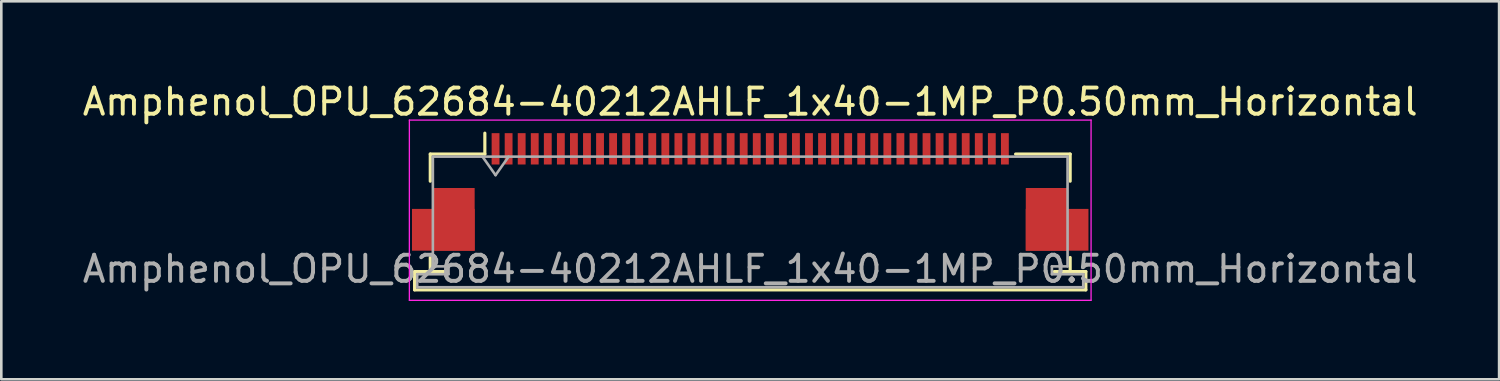
<source format=kicad_pcb>
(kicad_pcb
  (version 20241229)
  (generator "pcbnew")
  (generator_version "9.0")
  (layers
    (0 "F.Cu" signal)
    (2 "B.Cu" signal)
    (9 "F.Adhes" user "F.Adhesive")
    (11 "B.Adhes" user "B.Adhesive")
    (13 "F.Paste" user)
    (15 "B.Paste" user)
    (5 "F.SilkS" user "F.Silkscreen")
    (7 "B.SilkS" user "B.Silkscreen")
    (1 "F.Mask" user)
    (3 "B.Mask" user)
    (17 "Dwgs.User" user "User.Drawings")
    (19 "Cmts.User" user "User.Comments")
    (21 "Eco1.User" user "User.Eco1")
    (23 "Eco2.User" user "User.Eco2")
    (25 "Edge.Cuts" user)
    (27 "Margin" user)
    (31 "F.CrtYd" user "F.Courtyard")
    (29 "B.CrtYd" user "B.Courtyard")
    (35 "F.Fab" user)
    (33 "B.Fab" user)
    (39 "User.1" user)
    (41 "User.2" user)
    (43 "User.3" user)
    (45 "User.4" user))
  (footprint "Amphenol_OPU_62684-40212AHLF_1x40-1MP_P0.50mm_Horizontal"
    (layer "F.Cu")
    (at 25.673 4.298)
    (property "Reference" "Amphenol_OPU_62684-40212AHLF_1x40-1MP_P0.50mm_Horizontal" (at 0 -3.45 0) (layer "F.SilkS") (effects (font (size 1 1) (thickness 0.15))))
    (attr smd)
    (fp_line (start -12.85 3.05) (end -12.85 3.75) (stroke (width 0.12) (type solid)) (layer "F.SilkS"))
    (fp_line (start -12.85 3.75) (end 12.85 3.75) (stroke (width 0.12) (type solid)) (layer "F.SilkS"))
    (fp_line (start -12.25 -1.45) (end -12.25 -0.41) (stroke (width 0.12) (type solid)) (layer "F.SilkS"))
    (fp_line (start -12.25 2.51) (end -12.25 3.05) (stroke (width 0.12) (type solid)) (layer "F.SilkS"))
    (fp_line (start -12.25 3.05) (end -11.65 3.05) (stroke (width 0.12) (type solid)) (layer "F.SilkS"))
    (fp_line (start -11.65 3.05) (end -12.85 3.05) (stroke (width 0.12) (type solid)) (layer "F.SilkS"))
    (fp_line (start -10.16 -1.45) (end -12.25 -1.45) (stroke (width 0.12) (type solid)) (layer "F.SilkS"))
    (fp_line (start -10.16 -1.45) (end -10.16 -2.25) (stroke (width 0.12) (type solid)) (layer "F.SilkS"))
    (fp_line (start 10.16 -1.45) (end 12.25 -1.45) (stroke (width 0.12) (type solid)) (layer "F.SilkS"))
    (fp_line (start 11.65 3.05) (end 12.25 3.05) (stroke (width 0.12) (type solid)) (layer "F.SilkS"))
    (fp_line (start 12.25 -1.45) (end 12.25 -0.41) (stroke (width 0.12) (type solid)) (layer "F.SilkS"))
    (fp_line (start 12.25 3.05) (end 12.25 2.51) (stroke (width 0.12) (type solid)) (layer "F.SilkS"))
    (fp_line (start 12.85 3.05) (end 11.65 3.05) (stroke (width 0.12) (type solid)) (layer "F.SilkS"))
    (fp_line (start 12.85 3.75) (end 12.85 3.05) (stroke (width 0.12) (type solid)) (layer "F.SilkS"))
    (fp_line (start -13.05 -2.75) (end -13.05 4.15) (stroke (width 0.05) (type solid)) (layer "F.CrtYd"))
    (fp_line (start -13.05 4.15) (end 13.05 4.15) (stroke (width 0.05) (type solid)) (layer "F.CrtYd"))
    (fp_line (start 13.05 -2.75) (end -13.05 -2.75) (stroke (width 0.05) (type solid)) (layer "F.CrtYd"))
    (fp_line (start 13.05 4.15) (end 13.05 -2.75) (stroke (width 0.05) (type solid)) (layer "F.CrtYd"))
    (fp_line (start -12.75 3.15) (end -12.75 3.65) (stroke (width 0.1) (type solid)) (layer "F.Fab"))
    (fp_line (start -12.75 3.65) (end 0 3.65) (stroke (width 0.1) (type solid)) (layer "F.Fab"))
    (fp_line (start -12.15 -1.35) (end -12.15 2.85) (stroke (width 0.1) (type solid)) (layer "F.Fab"))
    (fp_line (start -12.15 2.85) (end -11.55 2.85) (stroke (width 0.1) (type solid)) (layer "F.Fab"))
    (fp_line (start -11.55 2.85) (end -11.55 3.15) (stroke (width 0.1) (type solid)) (layer "F.Fab"))
    (fp_line (start -11.55 3.15) (end -12.75 3.15) (stroke (width 0.1) (type solid)) (layer "F.Fab"))
    (fp_line (start -10.25 -1.35) (end -9.75 -0.643) (stroke (width 0.1) (type solid)) (layer "F.Fab"))
    (fp_line (start -9.75 -0.643) (end -9.25 -1.35) (stroke (width 0.1) (type solid)) (layer "F.Fab"))
    (fp_line (start 0 -1.35) (end -12.15 -1.35) (stroke (width 0.1) (type solid)) (layer "F.Fab"))
    (fp_line (start 0 -1.35) (end 12.15 -1.35) (stroke (width 0.1) (type solid)) (layer "F.Fab"))
    (fp_line (start 11.55 2.85) (end 11.55 3.15) (stroke (width 0.1) (type solid)) (layer "F.Fab"))
    (fp_line (start 11.55 3.15) (end 12.75 3.15) (stroke (width 0.1) (type solid)) (layer "F.Fab"))
    (fp_line (start 12.15 -1.35) (end 12.15 2.85) (stroke (width 0.1) (type solid)) (layer "F.Fab"))
    (fp_line (start 12.15 2.85) (end 11.55 2.85) (stroke (width 0.1) (type solid)) (layer "F.Fab"))
    (fp_line (start 12.75 3.15) (end 12.75 3.65) (stroke (width 0.1) (type solid)) (layer "F.Fab"))
    (fp_line (start 12.75 3.65) (end 0 3.65) (stroke (width 0.1) (type solid)) (layer "F.Fab"))
    (fp_text user "${REFERENCE}" (at 0 2.95 0) (layer "F.Fab") (effects (font (size 1 1) (thickness 0.15))))
    (pad "1" smd rect (at -9.75 -1.65) (size 0.3 1.2) (layers "F.Cu" "F.Mask" "F.Paste"))
    (pad "2" smd rect (at -9.25 -1.65) (size 0.3 1.2) (layers "F.Cu" "F.Mask" "F.Paste"))
    (pad "3" smd rect (at -8.75 -1.65) (size 0.3 1.2) (layers "F.Cu" "F.Mask" "F.Paste"))
    (pad "4" smd rect (at -8.25 -1.65) (size 0.3 1.2) (layers "F.Cu" "F.Mask" "F.Paste"))
    (pad "5" smd rect (at -7.75 -1.65) (size 0.3 1.2) (layers "F.Cu" "F.Mask" "F.Paste"))
    (pad "6" smd rect (at -7.25 -1.65) (size 0.3 1.2) (layers "F.Cu" "F.Mask" "F.Paste"))
    (pad "7" smd rect (at -6.75 -1.65) (size 0.3 1.2) (layers "F.Cu" "F.Mask" "F.Paste"))
    (pad "8" smd rect (at -6.25 -1.65) (size 0.3 1.2) (layers "F.Cu" "F.Mask" "F.Paste"))
    (pad "9" smd rect (at -5.75 -1.65) (size 0.3 1.2) (layers "F.Cu" "F.Mask" "F.Paste"))
    (pad "10" smd rect (at -5.25 -1.65) (size 0.3 1.2) (layers "F.Cu" "F.Mask" "F.Paste"))
    (pad "11" smd rect (at -4.75 -1.65) (size 0.3 1.2) (layers "F.Cu" "F.Mask" "F.Paste"))
    (pad "12" smd rect (at -4.25 -1.65) (size 0.3 1.2) (layers "F.Cu" "F.Mask" "F.Paste"))
    (pad "13" smd rect (at -3.75 -1.65) (size 0.3 1.2) (layers "F.Cu" "F.Mask" "F.Paste"))
    (pad "14" smd rect (at -3.25 -1.65) (size 0.3 1.2) (layers "F.Cu" "F.Mask" "F.Paste"))
    (pad "15" smd rect (at -2.75 -1.65) (size 0.3 1.2) (layers "F.Cu" "F.Mask" "F.Paste"))
    (pad "16" smd rect (at -2.25 -1.65) (size 0.3 1.2) (layers "F.Cu" "F.Mask" "F.Paste"))
    (pad "17" smd rect (at -1.75 -1.65) (size 0.3 1.2) (layers "F.Cu" "F.Mask" "F.Paste"))
    (pad "18" smd rect (at -1.25 -1.65) (size 0.3 1.2) (layers "F.Cu" "F.Mask" "F.Paste"))
    (pad "19" smd rect (at -0.75 -1.65) (size 0.3 1.2) (layers "F.Cu" "F.Mask" "F.Paste"))
    (pad "20" smd rect (at -0.25 -1.65) (size 0.3 1.2) (layers "F.Cu" "F.Mask" "F.Paste"))
    (pad "21" smd rect (at 0.25 -1.65) (size 0.3 1.2) (layers "F.Cu" "F.Mask" "F.Paste"))
    (pad "22" smd rect (at 0.75 -1.65) (size 0.3 1.2) (layers "F.Cu" "F.Mask" "F.Paste"))
    (pad "23" smd rect (at 1.25 -1.65) (size 0.3 1.2) (layers "F.Cu" "F.Mask" "F.Paste"))
    (pad "24" smd rect (at 1.75 -1.65) (size 0.3 1.2) (layers "F.Cu" "F.Mask" "F.Paste"))
    (pad "25" smd rect (at 2.25 -1.65) (size 0.3 1.2) (layers "F.Cu" "F.Mask" "F.Paste"))
    (pad "26" smd rect (at 2.75 -1.65) (size 0.3 1.2) (layers "F.Cu" "F.Mask" "F.Paste"))
    (pad "27" smd rect (at 3.25 -1.65) (size 0.3 1.2) (layers "F.Cu" "F.Mask" "F.Paste"))
    (pad "28" smd rect (at 3.75 -1.65) (size 0.3 1.2) (layers "F.Cu" "F.Mask" "F.Paste"))
    (pad "29" smd rect (at 4.25 -1.65) (size 0.3 1.2) (layers "F.Cu" "F.Mask" "F.Paste"))
    (pad "30" smd rect (at 4.75 -1.65) (size 0.3 1.2) (layers "F.Cu" "F.Mask" "F.Paste"))
    (pad "31" smd rect (at 5.25 -1.65) (size 0.3 1.2) (layers "F.Cu" "F.Mask" "F.Paste"))
    (pad "32" smd rect (at 5.75 -1.65) (size 0.3 1.2) (layers "F.Cu" "F.Mask" "F.Paste"))
    (pad "33" smd rect (at 6.25 -1.65) (size 0.3 1.2) (layers "F.Cu" "F.Mask" "F.Paste"))
    (pad "34" smd rect (at 6.75 -1.65) (size 0.3 1.2) (layers "F.Cu" "F.Mask" "F.Paste"))
    (pad "35" smd rect (at 7.25 -1.65) (size 0.3 1.2) (layers "F.Cu" "F.Mask" "F.Paste"))
    (pad "36" smd rect (at 7.75 -1.65) (size 0.3 1.2) (layers "F.Cu" "F.Mask" "F.Paste"))
    (pad "37" smd rect (at 8.25 -1.65) (size 0.3 1.2) (layers "F.Cu" "F.Mask" "F.Paste"))
    (pad "38" smd rect (at 8.75 -1.65) (size 0.3 1.2) (layers "F.Cu" "F.Mask" "F.Paste"))
    (pad "39" smd rect (at 9.25 -1.65) (size 0.3 1.2) (layers "F.Cu" "F.Mask" "F.Paste"))
    (pad "40" smd rect (at 9.75 -1.65) (size 0.3 1.2) (layers "F.Cu" "F.Mask" "F.Paste"))
    (pad "MP" smd rect (at -11.75 1.45) (size 2.4 1.6) (layers "F.Cu" "F.Mask" "F.Paste"))
    (pad "MP" smd rect (at -11.35 1.05) (size 1.6 2.4) (layers "F.Cu" "F.Mask" "F.Paste"))
    (pad "MP" smd rect (at 11.35 1.05) (size 1.6 2.4) (layers "F.Cu" "F.Mask" "F.Paste"))
    (pad "MP" smd rect (at 11.75 1.45) (size 2.4 1.6) (layers "F.Cu" "F.Mask" "F.Paste")))
  (gr_rect
    (start -3 -3)
    (end 54.345 11.473)
    (stroke (width 0.1) (type default))
    (fill no)
    (layer "Edge.Cuts")))
</source>
